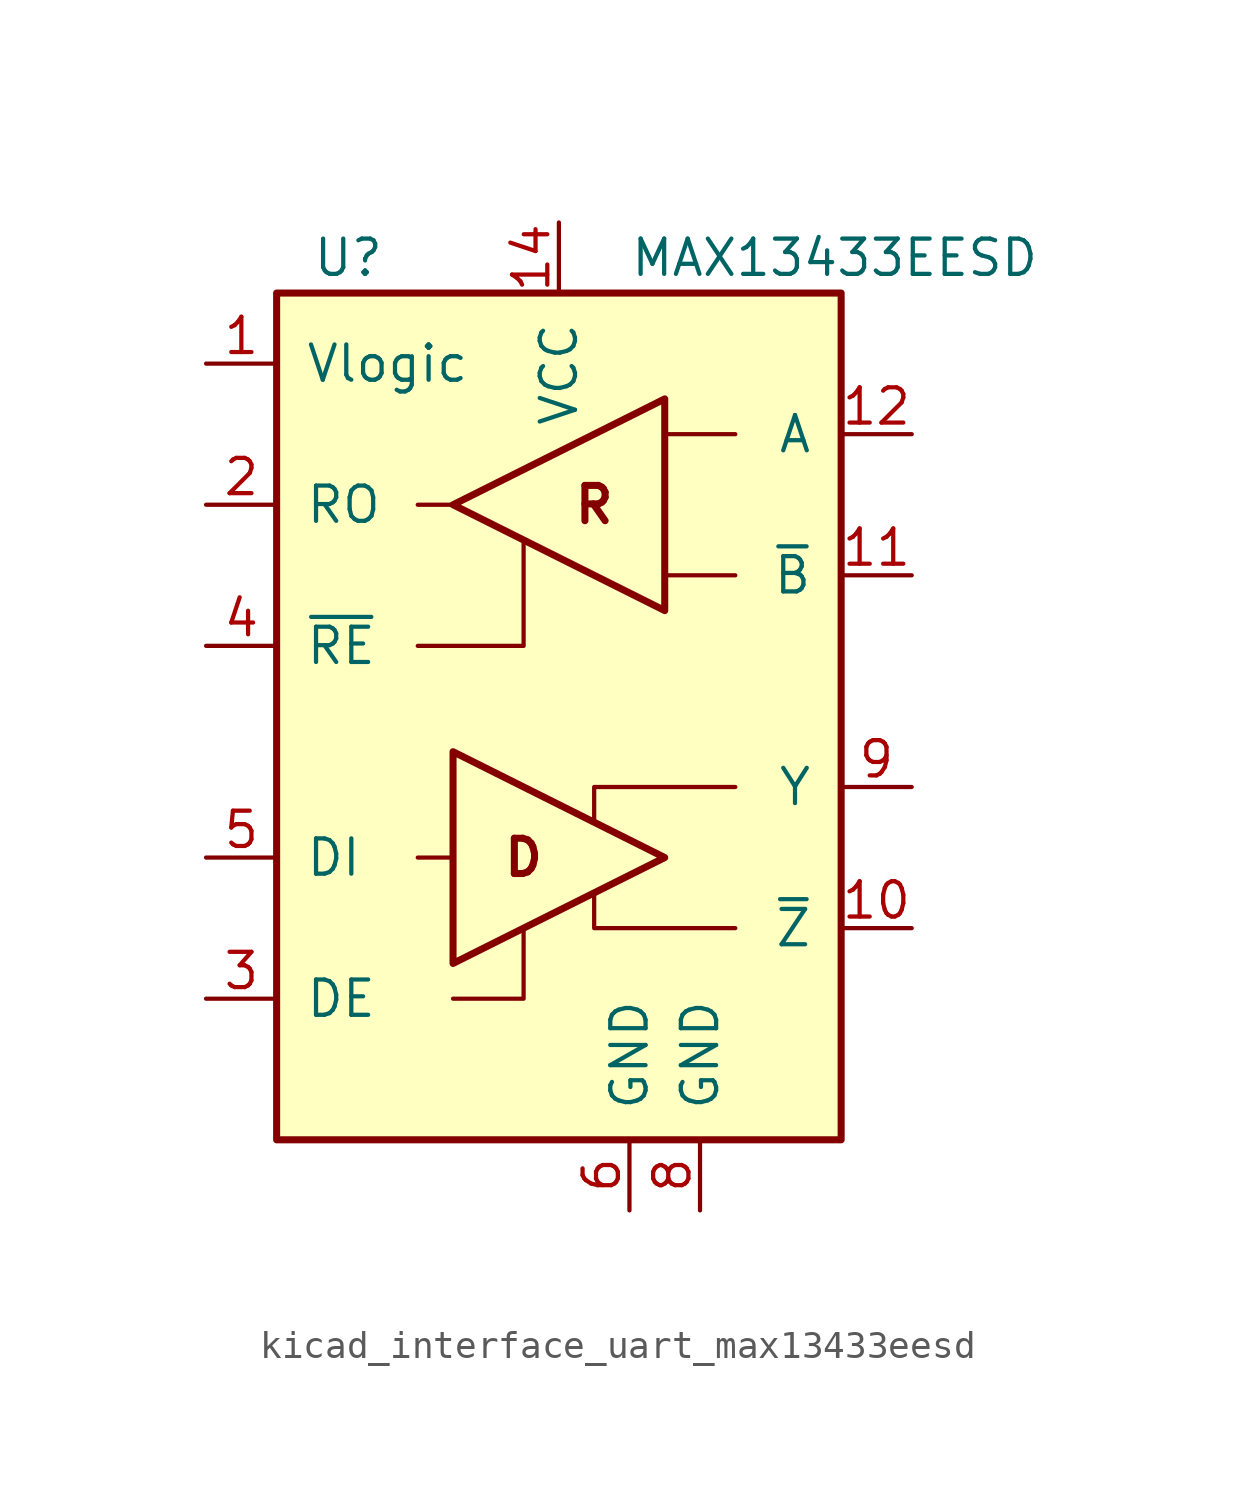
<source format=kicad_sym>
(kicad_symbol_lib
  (version 20220914)
  (generator kicad_symbol_editor)
  (symbol "kicad_interface_uart_max13433eesd"
    (pin_names
      (offset 1.016))
    (property "Reference" "U"
      (at -8.89 16.51 0)
      (effects (font (size 1.27 1.27)) (justify left)))
    (property "Value" "MAX13433EESD"
      (at 2.54 16.51 0)
      (effects (font (size 1.27 1.27)) (justify left)))
    (symbol "kicad_interface_uart_max13433eesd_0_0"
      (text "D" (at -1.27 -5.08 0) (effects (font (size 1.27 1.27) bold)))
      (text "R" (at 1.27 7.62 0) (effects (font (size 1.27 1.27) bold))))
    (symbol "kicad_interface_uart_max13433eesd_0_1"
      (rectangle (start -10.16 15.24) (end 10.16 -15.24) (stroke (width 0.254) (type default)) (fill (type background)))
      (polyline (pts (xy -5.08 -5.08) (xy -3.81 -5.08)) (stroke (width 0) (type default)) (fill (type none)))
      (polyline (pts (xy -3.81 7.62) (xy -5.08 7.62)) (stroke (width 0) (type default)) (fill (type none)))
      (polyline (pts (xy 6.35 5.08) (xy 3.81 5.08) (xy 3.81 5.08)) (stroke (width 0) (type default)) (fill (type none)))
      (polyline (pts (xy 6.35 10.16) (xy 3.81 10.16) (xy 3.81 10.16)) (stroke (width 0) (type default)) (fill (type none)))
      (polyline (pts (xy -3.81 -10.16) (xy -1.27 -10.16) (xy -1.27 -7.62) (xy -1.27 -7.62)) (stroke (width 0) (type default)) (fill (type none)))
      (polyline (pts (xy -1.27 6.35) (xy -1.27 2.54) (xy -2.54 2.54) (xy -5.08 2.54)) (stroke (width 0) (type default)) (fill (type none)))
      (polyline (pts (xy 6.35 -7.62) (xy 1.27 -7.62) (xy 1.27 -6.35) (xy 1.27 -6.35)) (stroke (width 0) (type default)) (fill (type none)))
      (polyline (pts (xy 6.35 -2.54) (xy 1.27 -2.54) (xy 1.27 -3.81) (xy 1.27 -3.81)) (stroke (width 0) (type default)) (fill (type none)))
      (polyline (pts (xy -3.81 -1.27) (xy -3.81 -8.89) (xy 3.81 -5.08) (xy -3.81 -1.27) (xy -3.81 -1.27)) (stroke (width 0.254) (type default)) (fill (type none)))
      (polyline (pts (xy 3.81 11.43) (xy 3.81 3.81) (xy -3.81 7.62) (xy 3.81 11.43) (xy 3.81 11.43)) (stroke (width 0.254) (type default)) (fill (type none))))
    (symbol "kicad_interface_uart_max13433eesd_1_1"
      (pin power_in line (at -12.7 12.7 0) (length 2.54) (name "Vlogic" (effects (font (size 1.27 1.27)))) (number "1" (effects (font (size 1.27 1.27)))))
      (pin output line (at 12.7 -7.62 180) (length 2.54) (name "~{Z}" (effects (font (size 1.27 1.27)))) (number "10" (effects (font (size 1.27 1.27)))))
      (pin input line (at 12.7 5.08 180) (length 2.54) (name "~{B}" (effects (font (size 1.27 1.27)))) (number "11" (effects (font (size 1.27 1.27)))))
      (pin input line (at 12.7 10.16 180) (length 2.54) (name "A" (effects (font (size 1.27 1.27)))) (number "12" (effects (font (size 1.27 1.27)))))
      (pin no_connect line (at 10.16 0 180) (length 2.54) hide (name "NC" (effects (font (size 1.27 1.27)))) (number "13" (effects (font (size 1.27 1.27)))))
      (pin power_in line (at 0 17.78 270) (length 2.54) (name "VCC" (effects (font (size 1.27 1.27)))) (number "14" (effects (font (size 1.27 1.27)))))
      (pin output line (at -12.7 7.62 0) (length 2.54) (name "RO" (effects (font (size 1.27 1.27)))) (number "2" (effects (font (size 1.27 1.27)))))
      (pin input line (at -12.7 -10.16 0) (length 2.54) (name "DE" (effects (font (size 1.27 1.27)))) (number "3" (effects (font (size 1.27 1.27)))))
      (pin input line (at -12.7 2.54 0) (length 2.54) (name "~{RE}" (effects (font (size 1.27 1.27)))) (number "4" (effects (font (size 1.27 1.27)))))
      (pin input line (at -12.7 -5.08 0) (length 2.54) (name "DI" (effects (font (size 1.27 1.27)))) (number "5" (effects (font (size 1.27 1.27)))))
      (pin power_in line (at 2.54 -17.78 90) (length 2.54) (name "GND" (effects (font (size 1.27 1.27)))) (number "6" (effects (font (size 1.27 1.27)))))
      (pin no_connect line (at 10.16 2.54 180) (length 2.54) hide (name "NC" (effects (font (size 1.27 1.27)))) (number "7" (effects (font (size 1.27 1.27)))))
      (pin power_in line (at 5.08 -17.78 90) (length 2.54) (name "GND" (effects (font (size 1.27 1.27)))) (number "8" (effects (font (size 1.27 1.27)))))
      (pin output line (at 12.7 -2.54 180) (length 2.54) (name "Y" (effects (font (size 1.27 1.27)))) (number "9" (effects (font (size 1.27 1.27))))))))
</source>
